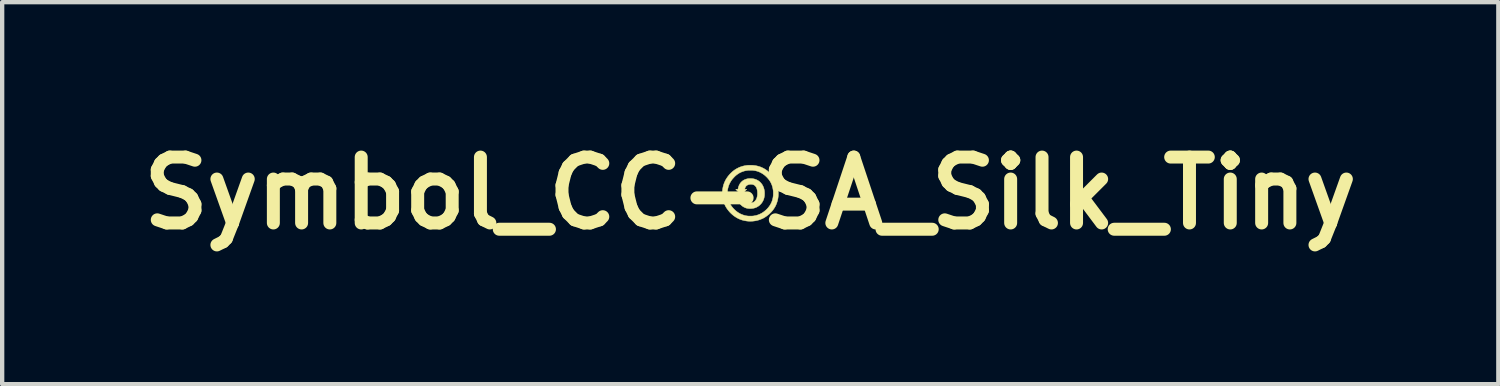
<source format=kicad_pcb>
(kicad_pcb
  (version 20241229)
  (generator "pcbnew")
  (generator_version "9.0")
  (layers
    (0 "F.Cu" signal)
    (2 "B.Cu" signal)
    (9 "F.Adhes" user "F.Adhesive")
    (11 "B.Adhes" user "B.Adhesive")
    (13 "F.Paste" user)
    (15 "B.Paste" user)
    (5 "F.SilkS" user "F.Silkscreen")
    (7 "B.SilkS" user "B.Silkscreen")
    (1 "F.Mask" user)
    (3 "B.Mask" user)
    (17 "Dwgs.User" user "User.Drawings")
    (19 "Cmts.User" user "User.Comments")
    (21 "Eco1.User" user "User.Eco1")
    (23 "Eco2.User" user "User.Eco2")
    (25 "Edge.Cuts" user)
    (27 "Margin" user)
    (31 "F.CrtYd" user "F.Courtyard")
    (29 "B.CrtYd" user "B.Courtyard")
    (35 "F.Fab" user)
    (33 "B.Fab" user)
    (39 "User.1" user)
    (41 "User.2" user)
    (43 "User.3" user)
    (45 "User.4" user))
  (footprint "Symbol_CC-SA_Silk_Tiny"
    (layer "F.Cu")
    (at 14.304 1.418)
    (property "Reference" "Symbol_CC-SA_Silk_Tiny" (at 0 0 0) (layer "F.SilkS") (effects (font (size 1.524 1.524) (thickness 0.3))))
    (attr through_hole)
    (fp_poly (pts (xy 0.028 -0.338) (xy 0.055 -0.336) (xy 0.08 -0.331) (xy 0.105 -0.325) (xy 0.128 -0.317) (xy 0.151 -0.308) (xy 0.154 -0.306) (xy 0.178 -0.293) (xy 0.199 -0.279) (xy 0.219 -0.263) (xy 0.238 -0.245) (xy 0.255 -0.225) (xy 0.262 -0.217) (xy 0.278 -0.194) (xy 0.291 -0.17) (xy 0.303 -0.145) (xy 0.312 -0.12) (xy 0.32 -0.092) (xy 0.326 -0.064) (xy 0.33 -0.033) (xy 0.33 -0.024) (xy 0.331 -0.014) (xy 0.331 -0.001) (xy 0.331 0.012) (xy 0.331 0.025) (xy 0.33 0.038) (xy 0.33 0.05) (xy 0.329 0.061) (xy 0.328 0.065) (xy 0.323 0.095) (xy 0.316 0.123) (xy 0.307 0.151) (xy 0.295 0.177) (xy 0.282 0.201) (xy 0.266 0.225) (xy 0.256 0.238) (xy 0.248 0.247) (xy 0.24 0.256) (xy 0.23 0.265) (xy 0.221 0.275) (xy 0.211 0.283) (xy 0.202 0.291) (xy 0.198 0.294) (xy 0.175 0.309) (xy 0.151 0.323) (xy 0.126 0.334) (xy 0.099 0.343) (xy 0.072 0.35) (xy 0.043 0.354) (xy 0.029 0.356) (xy 0.018 0.356) (xy 0.007 0.357) (xy -0.005 0.357) (xy -0.017 0.357) (xy -0.028 0.356) (xy -0.037 0.355) (xy -0.063 0.352) (xy -0.089 0.346) (xy -0.114 0.338) (xy -0.138 0.327) (xy -0.16 0.315) (xy -0.181 0.301) (xy -0.201 0.285) (xy -0.219 0.267) (xy -0.235 0.248) (xy -0.244 0.235) (xy -0.256 0.215) (xy -0.266 0.193) (xy -0.275 0.17) (xy -0.282 0.145) (xy -0.283 0.141) (xy -0.284 0.136) (xy -0.285 0.129) (xy -0.287 0.123) (xy -0.288 0.116) (xy -0.289 0.111) (xy -0.289 0.107) (xy -0.29 0.105) (xy -0.288 0.105) (xy -0.285 0.105) (xy -0.279 0.105) (xy -0.272 0.105) (xy -0.262 0.104) (xy -0.252 0.104) (xy -0.239 0.104) (xy -0.226 0.104) (xy -0.213 0.104) (xy -0.208 0.104) (xy -0.127 0.104) (xy -0.127 0.114) (xy -0.124 0.128) (xy -0.121 0.143) (xy -0.116 0.156) (xy -0.109 0.169) (xy -0.102 0.179) (xy -0.101 0.18) (xy -0.091 0.191) (xy -0.078 0.2) (xy -0.064 0.208) (xy -0.047 0.214) (xy -0.029 0.219) (xy -0.026 0.219) (xy -0.021 0.22) (xy -0.014 0.221) (xy -0.007 0.221) (xy 0.003 0.221) (xy 0.012 0.222) (xy 0.023 0.221) (xy 0.032 0.221) (xy 0.039 0.221) (xy 0.045 0.22) (xy 0.051 0.218) (xy 0.058 0.216) (xy 0.065 0.213) (xy 0.068 0.212) (xy 0.082 0.205) (xy 0.096 0.195) (xy 0.109 0.183) (xy 0.121 0.17) (xy 0.131 0.154) (xy 0.141 0.137) (xy 0.149 0.119) (xy 0.155 0.099) (xy 0.156 0.096) (xy 0.161 0.074) (xy 0.165 0.05) (xy 0.167 0.026) (xy 0.167 0.001) (xy 0.166 -0.024) (xy 0.164 -0.049) (xy 0.16 -0.072) (xy 0.155 -0.094) (xy 0.152 -0.105) (xy 0.145 -0.122) (xy 0.137 -0.138) (xy 0.127 -0.153) (xy 0.116 -0.166) (xy 0.105 -0.177) (xy 0.097 -0.183) (xy 0.09 -0.187) (xy 0.082 -0.191) (xy 0.073 -0.195) (xy 0.064 -0.198) (xy 0.057 -0.201) (xy 0.05 -0.202) (xy 0.04 -0.203) (xy 0.029 -0.204) (xy 0.018 -0.204) (xy 0.007 -0.204) (xy -0.004 -0.204) (xy -0.014 -0.203) (xy -0.015 -0.203) (xy -0.034 -0.199) (xy -0.052 -0.193) (xy -0.067 -0.186) (xy -0.081 -0.177) (xy -0.093 -0.167) (xy -0.103 -0.154) (xy -0.112 -0.14) (xy -0.115 -0.134) (xy -0.117 -0.129) (xy -0.119 -0.123) (xy -0.121 -0.116) (xy -0.123 -0.109) (xy -0.125 -0.103) (xy -0.126 -0.097) (xy -0.127 -0.093) (xy -0.127 -0.093) (xy -0.127 -0.092) (xy -0.126 -0.091) (xy -0.125 -0.091) (xy -0.122 -0.09) (xy -0.118 -0.09) (xy -0.112 -0.09) (xy -0.104 -0.09) (xy -0.081 -0.09) (xy -0.144 -0.026) (xy -0.208 0.037) (xy -0.272 -0.026) (xy -0.336 -0.09) (xy -0.31 -0.09) (xy -0.285 -0.09) (xy -0.282 -0.105) (xy -0.276 -0.131) (xy -0.269 -0.155) (xy -0.259 -0.179) (xy -0.248 -0.202) (xy -0.235 -0.223) (xy -0.223 -0.24) (xy -0.216 -0.247) (xy -0.209 -0.255) (xy -0.2 -0.264) (xy -0.192 -0.272) (xy -0.183 -0.279) (xy -0.178 -0.283) (xy -0.157 -0.298) (xy -0.134 -0.31) (xy -0.11 -0.32) (xy -0.085 -0.328) (xy -0.059 -0.334) (xy -0.032 -0.338) (xy -0.003 -0.339) (xy -0.001 -0.339) (xy 0.028 -0.338)) (stroke (width 0.01) (type solid)) (fill yes) (layer "F.SilkS"))
    (fp_poly (pts (xy 0.013 -0.646) (xy 0.027 -0.646) (xy 0.04 -0.645) (xy 0.053 -0.645) (xy 0.064 -0.644) (xy 0.074 -0.644) (xy 0.076 -0.643) (xy 0.116 -0.638) (xy 0.156 -0.63) (xy 0.194 -0.62) (xy 0.232 -0.608) (xy 0.268 -0.593) (xy 0.303 -0.576) (xy 0.337 -0.557) (xy 0.37 -0.535) (xy 0.402 -0.512) (xy 0.433 -0.485) (xy 0.453 -0.467) (xy 0.482 -0.437) (xy 0.509 -0.407) (xy 0.533 -0.375) (xy 0.556 -0.342) (xy 0.575 -0.308) (xy 0.593 -0.273) (xy 0.608 -0.237) (xy 0.621 -0.201) (xy 0.632 -0.163) (xy 0.64 -0.124) (xy 0.643 -0.104) (xy 0.645 -0.086) (xy 0.647 -0.067) (xy 0.649 -0.046) (xy 0.65 -0.025) (xy 0.65 -0.003) (xy 0.65 0.017) (xy 0.65 0.037) (xy 0.649 0.052) (xy 0.645 0.093) (xy 0.639 0.133) (xy 0.63 0.172) (xy 0.619 0.209) (xy 0.606 0.246) (xy 0.591 0.282) (xy 0.573 0.316) (xy 0.553 0.349) (xy 0.531 0.381) (xy 0.507 0.412) (xy 0.48 0.442) (xy 0.451 0.471) (xy 0.42 0.499) (xy 0.415 0.502) (xy 0.383 0.527) (xy 0.35 0.55) (xy 0.316 0.571) (xy 0.28 0.589) (xy 0.244 0.604) (xy 0.207 0.618) (xy 0.168 0.629) (xy 0.129 0.638) (xy 0.089 0.644) (xy 0.052 0.648) (xy 0.045 0.648) (xy 0.036 0.648) (xy 0.025 0.649) (xy 0.014 0.649) (xy 0.001 0.649) (xy -0.011 0.649) (xy -0.023 0.649) (xy -0.034 0.648) (xy -0.043 0.648) (xy -0.051 0.648) (xy -0.051 0.648) (xy -0.092 0.643) (xy -0.131 0.636) (xy -0.169 0.627) (xy -0.207 0.616) (xy -0.243 0.602) (xy -0.279 0.586) (xy -0.314 0.567) (xy -0.348 0.546) (xy -0.381 0.523) (xy -0.413 0.497) (xy -0.444 0.469) (xy -0.469 0.444) (xy -0.496 0.413) (xy -0.521 0.382) (xy -0.544 0.349) (xy -0.565 0.316) (xy -0.583 0.281) (xy -0.599 0.246) (xy -0.613 0.209) (xy -0.624 0.171) (xy -0.633 0.133) (xy -0.64 0.093) (xy -0.642 0.074) (xy -0.643 0.065) (xy -0.643 0.055) (xy -0.644 0.043) (xy -0.644 0.03) (xy -0.645 0.017) (xy -0.645 0.003) (xy -0.645 0.001) (xy -0.528 0.001) (xy -0.528 0.016) (xy -0.527 0.029) (xy -0.527 0.04) (xy -0.527 0.05) (xy -0.526 0.06) (xy -0.525 0.069) (xy -0.524 0.079) (xy -0.522 0.089) (xy -0.52 0.1) (xy -0.52 0.1) (xy -0.512 0.135) (xy -0.502 0.168) (xy -0.49 0.201) (xy -0.475 0.233) (xy -0.458 0.264) (xy -0.439 0.294) (xy -0.417 0.323) (xy -0.4 0.343) (xy -0.393 0.351) (xy -0.385 0.359) (xy -0.376 0.369) (xy -0.367 0.378) (xy -0.357 0.387) (xy -0.348 0.396) (xy -0.34 0.403) (xy -0.333 0.409) (xy -0.312 0.426) (xy -0.291 0.441) (xy -0.27 0.455) (xy -0.248 0.468) (xy -0.225 0.48) (xy -0.222 0.481) (xy -0.19 0.495) (xy -0.157 0.507) (xy -0.124 0.517) (xy -0.09 0.524) (xy -0.067 0.527) (xy -0.059 0.528) (xy -0.053 0.529) (xy -0.048 0.529) (xy -0.043 0.53) (xy -0.037 0.53) (xy -0.032 0.53) (xy -0.026 0.53) (xy -0.019 0.53) (xy -0.01 0.53) (xy 0.001 0.53) (xy 0.01 0.53) (xy 0.023 0.53) (xy 0.034 0.53) (xy 0.043 0.53) (xy 0.051 0.529) (xy 0.058 0.529) (xy 0.064 0.528) (xy 0.07 0.528) (xy 0.073 0.527) (xy 0.11 0.521) (xy 0.145 0.513) (xy 0.179 0.502) (xy 0.212 0.489) (xy 0.244 0.474) (xy 0.275 0.457) (xy 0.305 0.437) (xy 0.33 0.418) (xy 0.36 0.393) (xy 0.387 0.367) (xy 0.412 0.34) (xy 0.434 0.312) (xy 0.454 0.284) (xy 0.472 0.254) (xy 0.488 0.223) (xy 0.501 0.192) (xy 0.512 0.159) (xy 0.521 0.125) (xy 0.527 0.092) (xy 0.528 0.082) (xy 0.53 0.073) (xy 0.531 0.065) (xy 0.531 0.057) (xy 0.532 0.05) (xy 0.532 0.041) (xy 0.533 0.032) (xy 0.533 0.021) (xy 0.533 0.008) (xy 0.533 0.001) (xy 0.533 -0.012) (xy 0.533 -0.024) (xy 0.532 -0.034) (xy 0.532 -0.042) (xy 0.532 -0.049) (xy 0.531 -0.055) (xy 0.531 -0.061) (xy 0.53 -0.063) (xy 0.526 -0.091) (xy 0.521 -0.118) (xy 0.515 -0.143) (xy 0.508 -0.167) (xy 0.5 -0.19) (xy 0.49 -0.214) (xy 0.482 -0.232) (xy 0.468 -0.259) (xy 0.452 -0.285) (xy 0.434 -0.31) (xy 0.414 -0.335) (xy 0.392 -0.36) (xy 0.371 -0.381) (xy 0.344 -0.406) (xy 0.315 -0.429) (xy 0.286 -0.449) (xy 0.256 -0.467) (xy 0.226 -0.483) (xy 0.194 -0.497) (xy 0.161 -0.508) (xy 0.127 -0.517) (xy 0.092 -0.523) (xy 0.056 -0.528) (xy 0.048 -0.528) (xy 0.039 -0.529) (xy 0.029 -0.529) (xy 0.017 -0.529) (xy 0.005 -0.529) (xy -0.008 -0.529) (xy -0.021 -0.529) (xy -0.034 -0.528) (xy -0.045 -0.528) (xy -0.055 -0.527) (xy -0.062 -0.526) (xy -0.098 -0.521) (xy -0.132 -0.514) (xy -0.164 -0.504) (xy -0.195 -0.493) (xy -0.226 -0.479) (xy -0.255 -0.464) (xy -0.282 -0.447) (xy -0.299 -0.435) (xy -0.315 -0.424) (xy -0.33 -0.411) (xy -0.345 -0.398) (xy -0.361 -0.383) (xy -0.372 -0.371) (xy -0.398 -0.343) (xy -0.422 -0.315) (xy -0.443 -0.285) (xy -0.461 -0.255) (xy -0.478 -0.224) (xy -0.492 -0.192) (xy -0.504 -0.16) (xy -0.513 -0.126) (xy -0.521 -0.091) (xy -0.525 -0.066) (xy -0.526 -0.06) (xy -0.526 -0.054) (xy -0.527 -0.049) (xy -0.527 -0.043) (xy -0.527 -0.037) (xy -0.527 -0.029) (xy -0.528 -0.02) (xy -0.528 -0.009) (xy -0.528 0.001) (xy -0.645 0.001) (xy -0.645 -0.011) (xy -0.645 -0.023) (xy -0.645 -0.034) (xy -0.644 -0.044) (xy -0.644 -0.047) (xy -0.64 -0.088) (xy -0.633 -0.128) (xy -0.624 -0.167) (xy -0.613 -0.205) (xy -0.599 -0.242) (xy -0.583 -0.278) (xy -0.565 -0.313) (xy -0.544 -0.347) (xy -0.521 -0.38) (xy -0.496 -0.412) (xy -0.469 -0.443) (xy -0.445 -0.467) (xy -0.415 -0.495) (xy -0.384 -0.52) (xy -0.352 -0.543) (xy -0.318 -0.564) (xy -0.284 -0.582) (xy -0.249 -0.599) (xy -0.212 -0.612) (xy -0.175 -0.624) (xy -0.136 -0.633) (xy -0.097 -0.64) (xy -0.056 -0.645) (xy -0.047 -0.645) (xy -0.038 -0.646) (xy -0.027 -0.646) (xy -0.015 -0.646) (xy -0.001 -0.646) (xy 0.013 -0.646)) (stroke (width 0.01) (type solid)) (fill yes) (layer "F.SilkS")))
  (gr_rect
    (start -3 -3)
    (end 31.608 5.836)
    (stroke (width 0.1) (type default))
    (fill no)
    (layer "Edge.Cuts")))
</source>
